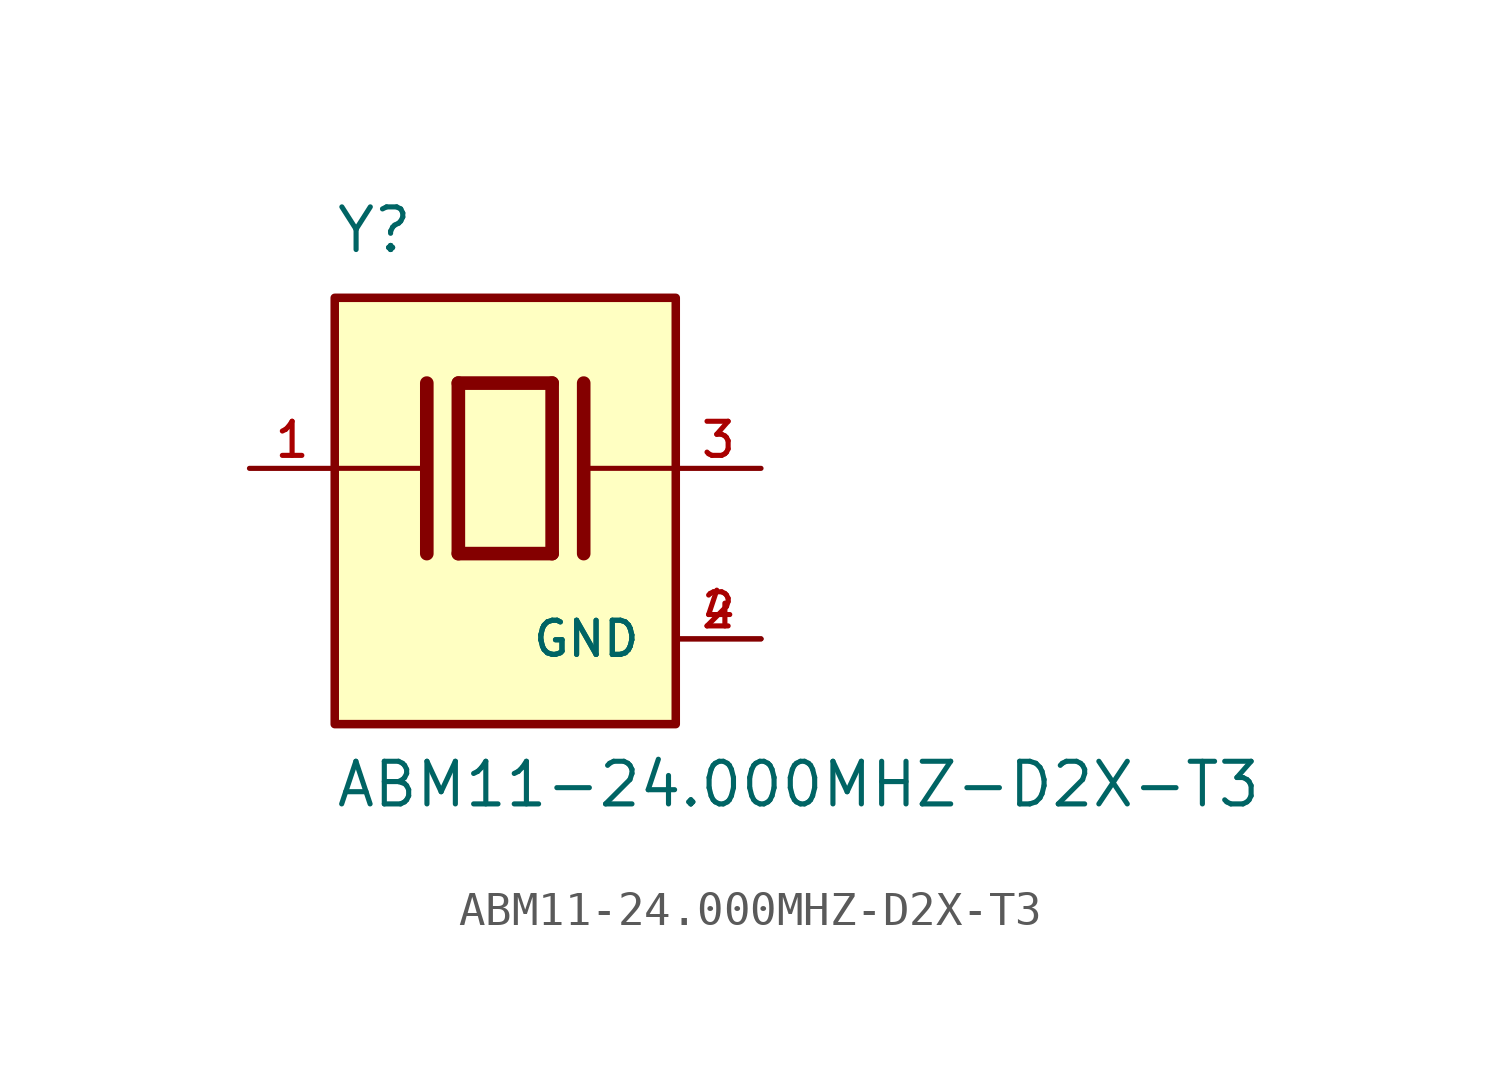
<source format=kicad_sym>
(kicad_symbol_lib
  (version 20211014)
  (generator kicad_symbol_editor)
  (symbol "ABM11-24.000MHZ-D2X-T3"
    (pin_names
      (offset 1.016))
    (property "Reference" "Y"
      (at -5.088 6.356 0)
      (effects (font (size 1.27 1.27)) (justify bottom left)))
    (property "Value" "ABM11-24.000MHZ-D2X-T3"
      (at -5.094 -10.16 0)
      (effects (font (size 1.27 1.27)) (justify bottom left)))
    (symbol "ABM11-24.000MHZ-D2X-T3_0_0"
      (polyline (pts (xy -1.397 2.54) (xy 1.397 2.54)) (stroke (width 0.406)))
      (polyline (pts (xy 1.397 2.54) (xy 1.397 -2.54)) (stroke (width 0.406)))
      (polyline (pts (xy 1.397 -2.54) (xy -1.397 -2.54)) (stroke (width 0.406)))
      (polyline (pts (xy -1.397 2.54) (xy -1.397 -2.54)) (stroke (width 0.406)))
      (polyline (pts (xy 2.337 2.54) (xy 2.337 -2.54)) (stroke (width 0.406)))
      (polyline (pts (xy -2.337 2.54) (xy -2.337 -2.54)) (stroke (width 0.406)))
      (polyline (pts (xy -5.08 0.0) (xy -2.54 0.0)) (stroke (width 0.152)))
      (polyline (pts (xy 2.54 0.0) (xy 5.08 0.0)) (stroke (width 0.152)))
      (rectangle (start -5.08 -7.62) (end 5.08 5.08) (stroke (width 0.254)) (fill (type background)))
      (pin passive line (at 7.62 0.0 180.0) (length 2.54) (name "~" (effects (font (size 1.016 1.016)))) (number "3" (effects (font (size 1.016 1.016)))))
      (pin passive line (at -7.62 0.0 0) (length 2.54) (name "~" (effects (font (size 1.016 1.016)))) (number "1" (effects (font (size 1.016 1.016)))))
      (pin power_in line (at 7.62 -5.08 180.0) (length 2.54) (name "GND" (effects (font (size 1.016 1.016)))) (number "2" (effects (font (size 1.016 1.016)))))
      (pin power_in line (at 7.62 -5.08 180.0) (length 2.54) (name "GND" (effects (font (size 1.016 1.016)))) (number "4" (effects (font (size 1.016 1.016))))))))
</source>
